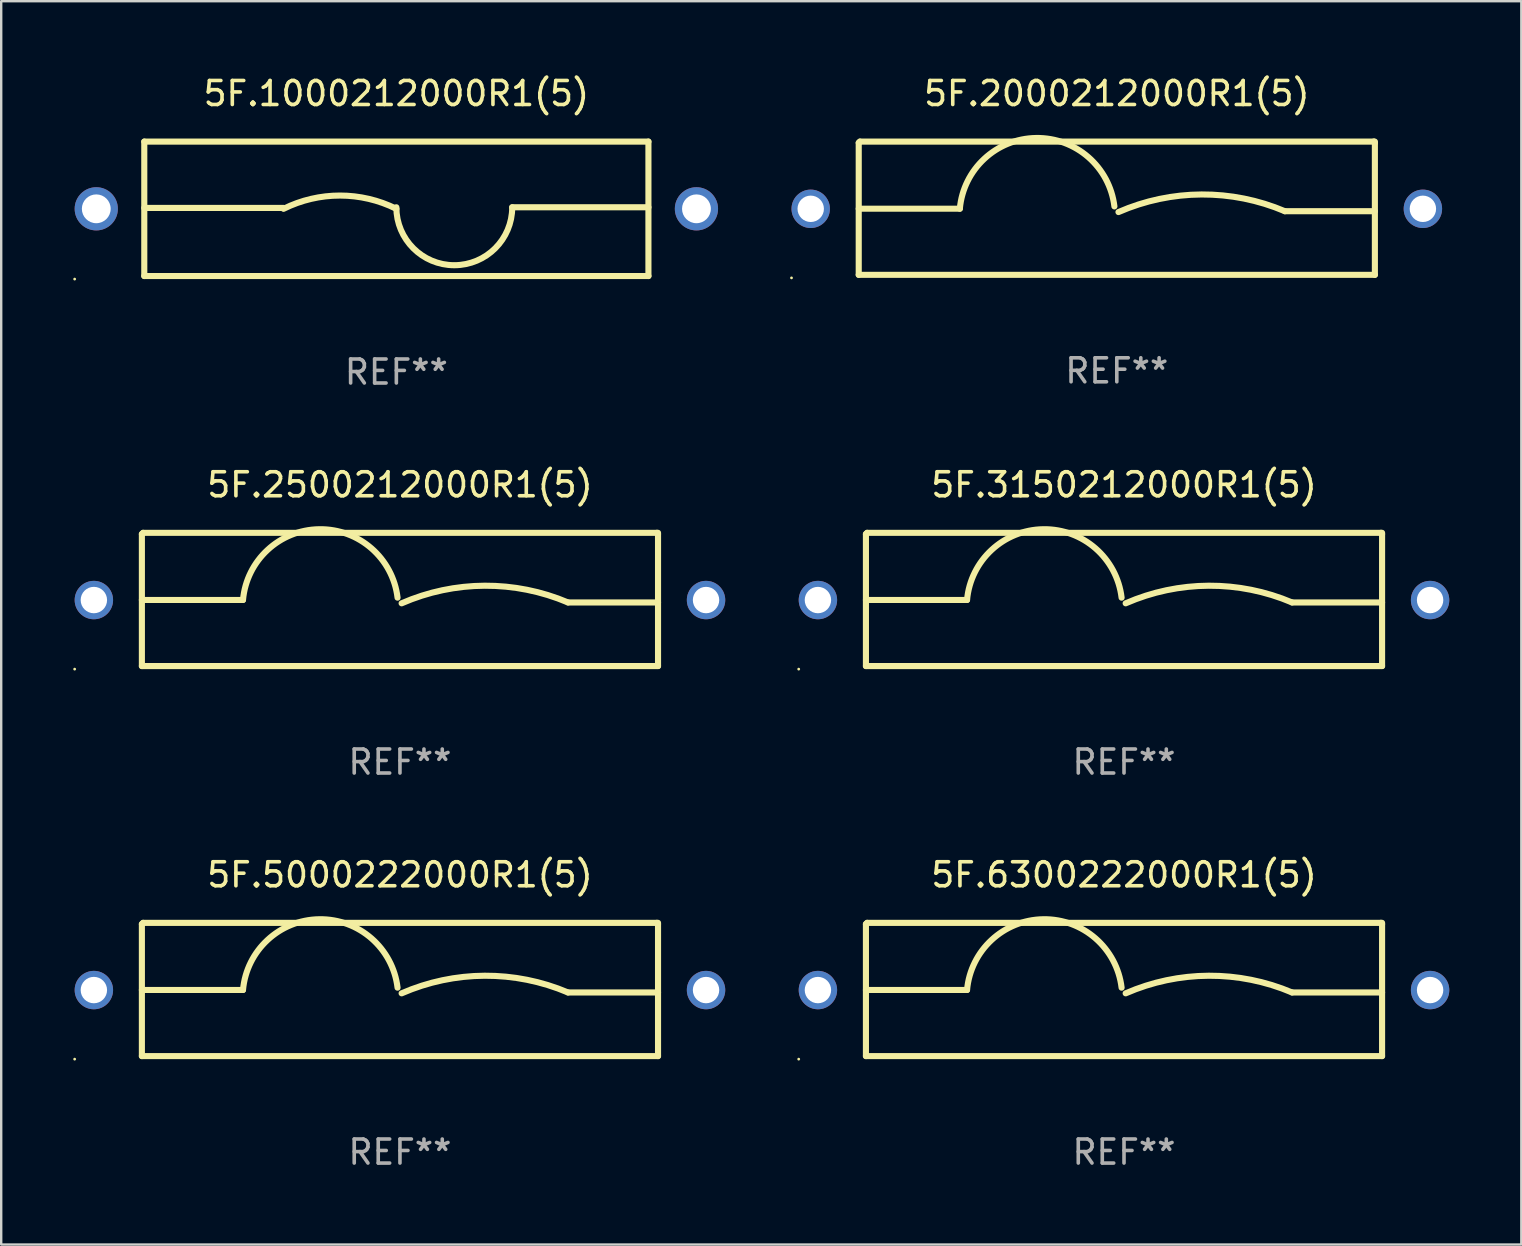
<source format=kicad_pcb>
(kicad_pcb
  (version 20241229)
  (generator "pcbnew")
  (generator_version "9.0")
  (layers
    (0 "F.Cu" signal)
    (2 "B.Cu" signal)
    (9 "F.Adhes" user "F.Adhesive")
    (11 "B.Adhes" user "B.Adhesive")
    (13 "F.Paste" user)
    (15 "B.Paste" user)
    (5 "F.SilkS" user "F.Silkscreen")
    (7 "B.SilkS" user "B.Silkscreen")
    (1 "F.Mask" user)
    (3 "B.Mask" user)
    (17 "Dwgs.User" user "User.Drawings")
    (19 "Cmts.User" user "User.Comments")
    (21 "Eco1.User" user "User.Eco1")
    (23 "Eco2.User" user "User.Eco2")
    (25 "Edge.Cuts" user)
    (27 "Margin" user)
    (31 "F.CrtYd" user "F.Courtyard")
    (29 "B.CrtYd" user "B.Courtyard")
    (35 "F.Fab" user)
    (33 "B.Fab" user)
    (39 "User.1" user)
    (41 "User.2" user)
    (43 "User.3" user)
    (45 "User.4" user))
  (footprint "5F.3150212000R1(5)"
    (layer "F.Cu")
    (at 43.77 21.92)
    (property "Reference" "5F.3150212000R1(5)" (at 0 -4.775 0) (layer "F.SilkS") (effects (font (size 1 1) (thickness 0.15))))
    (attr through_hole)
    (fp_line (start -10.75 -2.725) (end -10.7 -2.775) (stroke (width 0.254) (type solid)) (layer "F.SilkS"))
    (fp_line (start -10.75 2.775) (end -10.75 -2.725) (stroke (width 0.254) (type solid)) (layer "F.SilkS"))
    (fp_line (start -10.75 2.775) (end 10.75 2.775) (stroke (width 0.254) (type solid)) (layer "F.SilkS"))
    (fp_line (start -10.7 -2.775) (end 10.7 -2.775) (stroke (width 0.254) (type solid)) (layer "F.SilkS"))
    (fp_line (start -6.538 0.021) (end -10.75 0.021) (stroke (width 0.254) (type solid)) (layer "F.SilkS"))
    (fp_line (start 7 0.125) (end 10.75 0.125) (stroke (width 0.254) (type solid)) (layer "F.SilkS"))
    (fp_line (start 10.7 -2.775) (end 10.75 -2.725) (stroke (width 0.254) (type solid)) (layer "F.SilkS"))
    (fp_line (start 10.75 2.775) (end 10.75 -2.775) (stroke (width 0.254) (type solid)) (layer "F.SilkS"))
    (fp_arc (start -6.538277 0.020573) (mid -3.362163 -2.925392) (end -0.1 -0.075006) (stroke (width 0.254001) (type solid)) (layer "F.SilkS"))
    (fp_arc (start 0.069571 0.160528) (mid 3.531132 -0.572293) (end 7.000025 0.124994) (stroke (width 0.254001) (type solid)) (layer "F.SilkS"))
    (fp_circle (center -13.55 2.902) (end -13.52 2.902) (stroke (width 0.06) (type solid)) (fill no) (layer "F.SilkS"))
    (fp_text user "REF**" (at 0 6.775 0) (layer "F.Fab") (effects (font (size 1 1) (thickness 0.15))))
    (pad "1" thru_hole circle (at -12.75 0.025) (size 1.6 1.6) (drill 1.1) (layers "*.Cu" "*.Mask"))
    (pad "2" thru_hole circle (at 12.75 0.025) (size 1.6 1.6) (drill 1.1) (layers "*.Cu" "*.Mask")))
  (footprint "5F.6300222000R1(5)"
    (layer "F.Cu")
    (at 43.77 38.166)
    (property "Reference" "5F.6300222000R1(5)" (at 0 -4.775 0) (layer "F.SilkS") (effects (font (size 1 1) (thickness 0.15))))
    (attr through_hole)
    (fp_line (start -10.75 -2.725) (end -10.7 -2.775) (stroke (width 0.254) (type solid)) (layer "F.SilkS"))
    (fp_line (start -10.75 2.775) (end -10.75 -2.725) (stroke (width 0.254) (type solid)) (layer "F.SilkS"))
    (fp_line (start -10.75 2.775) (end 10.75 2.775) (stroke (width 0.254) (type solid)) (layer "F.SilkS"))
    (fp_line (start -10.7 -2.775) (end 10.7 -2.775) (stroke (width 0.254) (type solid)) (layer "F.SilkS"))
    (fp_line (start -6.538 0.021) (end -10.75 0.021) (stroke (width 0.254) (type solid)) (layer "F.SilkS"))
    (fp_line (start 7 0.125) (end 10.75 0.125) (stroke (width 0.254) (type solid)) (layer "F.SilkS"))
    (fp_line (start 10.7 -2.775) (end 10.75 -2.725) (stroke (width 0.254) (type solid)) (layer "F.SilkS"))
    (fp_line (start 10.75 2.775) (end 10.75 -2.775) (stroke (width 0.254) (type solid)) (layer "F.SilkS"))
    (fp_arc (start -6.538277 0.020573) (mid -3.362163 -2.925392) (end -0.1 -0.075006) (stroke (width 0.254001) (type solid)) (layer "F.SilkS"))
    (fp_arc (start 0.069571 0.160528) (mid 3.531132 -0.572293) (end 7.000025 0.124994) (stroke (width 0.254001) (type solid)) (layer "F.SilkS"))
    (fp_circle (center -13.55 2.902) (end -13.52 2.902) (stroke (width 0.06) (type solid)) (fill no) (layer "F.SilkS"))
    (fp_text user "REF**" (at 0 6.775 0) (layer "F.Fab") (effects (font (size 1 1) (thickness 0.15))))
    (pad "1" thru_hole circle (at -12.75 0.025) (size 1.6 1.6) (drill 1.1) (layers "*.Cu" "*.Mask"))
    (pad "2" thru_hole circle (at 12.75 0.025) (size 1.6 1.6) (drill 1.1) (layers "*.Cu" "*.Mask")))
  (footprint "5F.5000222000R1(5)"
    (layer "F.Cu")
    (at 13.61 38.166)
    (property "Reference" "5F.5000222000R1(5)" (at 0 -4.775 0) (layer "F.SilkS") (effects (font (size 1 1) (thickness 0.15))))
    (attr through_hole)
    (fp_line (start -10.75 -2.725) (end -10.7 -2.775) (stroke (width 0.254) (type solid)) (layer "F.SilkS"))
    (fp_line (start -10.75 2.775) (end -10.75 -2.725) (stroke (width 0.254) (type solid)) (layer "F.SilkS"))
    (fp_line (start -10.75 2.775) (end 10.75 2.775) (stroke (width 0.254) (type solid)) (layer "F.SilkS"))
    (fp_line (start -10.7 -2.775) (end 10.7 -2.775) (stroke (width 0.254) (type solid)) (layer "F.SilkS"))
    (fp_line (start -6.538 0.021) (end -10.75 0.021) (stroke (width 0.254) (type solid)) (layer "F.SilkS"))
    (fp_line (start 7 0.125) (end 10.75 0.125) (stroke (width 0.254) (type solid)) (layer "F.SilkS"))
    (fp_line (start 10.7 -2.775) (end 10.75 -2.725) (stroke (width 0.254) (type solid)) (layer "F.SilkS"))
    (fp_line (start 10.75 2.775) (end 10.75 -2.775) (stroke (width 0.254) (type solid)) (layer "F.SilkS"))
    (fp_arc (start -6.538277 0.020573) (mid -3.362163 -2.925392) (end -0.1 -0.075006) (stroke (width 0.254001) (type solid)) (layer "F.SilkS"))
    (fp_arc (start 0.069571 0.160528) (mid 3.531132 -0.572293) (end 7.000025 0.124994) (stroke (width 0.254001) (type solid)) (layer "F.SilkS"))
    (fp_circle (center -13.55 2.902) (end -13.52 2.902) (stroke (width 0.06) (type solid)) (fill no) (layer "F.SilkS"))
    (fp_text user "REF**" (at 0 6.775 0) (layer "F.Fab") (effects (font (size 1 1) (thickness 0.15))))
    (pad "1" thru_hole circle (at -12.75 0.025) (size 1.6 1.6) (drill 1.1) (layers "*.Cu" "*.Mask"))
    (pad "2" thru_hole circle (at 12.75 0.025) (size 1.6 1.6) (drill 1.1) (layers "*.Cu" "*.Mask")))
  (footprint "5F.1000212000R1(5)"
    (layer "F.Cu")
    (at 13.46 5.648)
    (property "Reference" "5F.1000212000R1(5)" (at 0 -4.8 0) (layer "F.SilkS") (effects (font (size 1 1) (thickness 0.15))))
    (attr through_hole)
    (fp_line (start -10.5 -2.8) (end 10.5 -2.8) (stroke (width 0.254) (type solid)) (layer "F.SilkS"))
    (fp_line (start -10.5 -0.037) (end -4.699 -0.037) (stroke (width 0.254) (type solid)) (layer "F.SilkS"))
    (fp_line (start -10.5 2.8) (end -10.5 -2.8) (stroke (width 0.254) (type solid)) (layer "F.SilkS"))
    (fp_line (start -10.5 2.8) (end 10.5 2.8) (stroke (width 0.254) (type solid)) (layer "F.SilkS"))
    (fp_line (start 4.826 -0.064) (end 10.5 -0.064) (stroke (width 0.254) (type solid)) (layer "F.SilkS"))
    (fp_line (start 10.5 2.8) (end 10.5 -2.8) (stroke (width 0.254) (type solid)) (layer "F.SilkS"))
    (fp_arc (start -4.699009 0) (mid -2.349505 -0.552287) (end 0 0) (stroke (width 0.254001) (type solid)) (layer "F.SilkS"))
    (fp_arc (start 4.82601 -0.063551) (mid 2.413005 2.349454) (end 0 -0.063551) (stroke (width 0.254001) (type solid)) (layer "F.SilkS"))
    (fp_circle (center -13.4 2.927) (end -13.37 2.927) (stroke (width 0.06) (type solid)) (fill no) (layer "F.SilkS"))
    (fp_text user "REF**" (at 0 6.8 0) (layer "F.Fab") (effects (font (size 1 1) (thickness 0.15))))
    (pad "1" thru_hole circle (at -12.5 0) (size 1.8 1.8) (drill 1.2) (layers "*.Cu" "*.Mask"))
    (pad "2" thru_hole circle (at 12.5 0) (size 1.8 1.8) (drill 1.2) (layers "*.Cu" "*.Mask")))
  (footprint "5F.2000212000R1(5)"
    (layer "F.Cu")
    (at 43.47 5.623)
    (property "Reference" "5F.2000212000R1(5)" (at 0 -4.775 0) (layer "F.SilkS") (effects (font (size 1 1) (thickness 0.15))))
    (attr through_hole)
    (fp_line (start -10.75 -2.725) (end -10.7 -2.775) (stroke (width 0.254) (type solid)) (layer "F.SilkS"))
    (fp_line (start -10.75 2.775) (end -10.75 -2.725) (stroke (width 0.254) (type solid)) (layer "F.SilkS"))
    (fp_line (start -10.75 2.775) (end 10.75 2.775) (stroke (width 0.254) (type solid)) (layer "F.SilkS"))
    (fp_line (start -10.7 -2.775) (end 10.7 -2.775) (stroke (width 0.254) (type solid)) (layer "F.SilkS"))
    (fp_line (start -6.538 0.021) (end -10.75 0.021) (stroke (width 0.254) (type solid)) (layer "F.SilkS"))
    (fp_line (start 7 0.125) (end 10.75 0.125) (stroke (width 0.254) (type solid)) (layer "F.SilkS"))
    (fp_line (start 10.7 -2.775) (end 10.75 -2.725) (stroke (width 0.254) (type solid)) (layer "F.SilkS"))
    (fp_line (start 10.75 2.775) (end 10.75 -2.775) (stroke (width 0.254) (type solid)) (layer "F.SilkS"))
    (fp_arc (start -6.538277 0.020573) (mid -3.362163 -2.925392) (end -0.1 -0.075006) (stroke (width 0.254001) (type solid)) (layer "F.SilkS"))
    (fp_arc (start 0.069571 0.160528) (mid 3.531132 -0.572293) (end 7.000025 0.124994) (stroke (width 0.254001) (type solid)) (layer "F.SilkS"))
    (fp_circle (center -13.55 2.902) (end -13.52 2.902) (stroke (width 0.06) (type solid)) (fill no) (layer "F.SilkS"))
    (fp_text user "REF**" (at 0 6.775 0) (layer "F.Fab") (effects (font (size 1 1) (thickness 0.15))))
    (pad "1" thru_hole circle (at -12.75 0.025) (size 1.6 1.6) (drill 1.1) (layers "*.Cu" "*.Mask"))
    (pad "2" thru_hole circle (at 12.75 0.025) (size 1.6 1.6) (drill 1.1) (layers "*.Cu" "*.Mask")))
  (footprint "5F.2500212000R1(5)"
    (layer "F.Cu")
    (at 13.61 21.92)
    (property "Reference" "5F.2500212000R1(5)" (at 0 -4.775 0) (layer "F.SilkS") (effects (font (size 1 1) (thickness 0.15))))
    (attr through_hole)
    (fp_line (start -10.75 -2.725) (end -10.7 -2.775) (stroke (width 0.254) (type solid)) (layer "F.SilkS"))
    (fp_line (start -10.75 2.775) (end -10.75 -2.725) (stroke (width 0.254) (type solid)) (layer "F.SilkS"))
    (fp_line (start -10.75 2.775) (end 10.75 2.775) (stroke (width 0.254) (type solid)) (layer "F.SilkS"))
    (fp_line (start -10.7 -2.775) (end 10.7 -2.775) (stroke (width 0.254) (type solid)) (layer "F.SilkS"))
    (fp_line (start -6.538 0.021) (end -10.75 0.021) (stroke (width 0.254) (type solid)) (layer "F.SilkS"))
    (fp_line (start 7 0.125) (end 10.75 0.125) (stroke (width 0.254) (type solid)) (layer "F.SilkS"))
    (fp_line (start 10.7 -2.775) (end 10.75 -2.725) (stroke (width 0.254) (type solid)) (layer "F.SilkS"))
    (fp_line (start 10.75 2.775) (end 10.75 -2.775) (stroke (width 0.254) (type solid)) (layer "F.SilkS"))
    (fp_arc (start -6.538277 0.020573) (mid -3.362163 -2.925392) (end -0.1 -0.075006) (stroke (width 0.254001) (type solid)) (layer "F.SilkS"))
    (fp_arc (start 0.069571 0.160528) (mid 3.531132 -0.572293) (end 7.000025 0.124994) (stroke (width 0.254001) (type solid)) (layer "F.SilkS"))
    (fp_circle (center -13.55 2.902) (end -13.52 2.902) (stroke (width 0.06) (type solid)) (fill no) (layer "F.SilkS"))
    (fp_text user "REF**" (at 0 6.775 0) (layer "F.Fab") (effects (font (size 1 1) (thickness 0.15))))
    (pad "1" thru_hole circle (at -12.75 0.025) (size 1.6 1.6) (drill 1.1) (layers "*.Cu" "*.Mask"))
    (pad "2" thru_hole circle (at 12.75 0.025) (size 1.6 1.6) (drill 1.1) (layers "*.Cu" "*.Mask")))
  (gr_rect
    (start -3 -3)
    (end 60.32 48.79)
    (stroke (width 0.1) (type default))
    (fill no)
    (layer "Edge.Cuts")))
</source>
